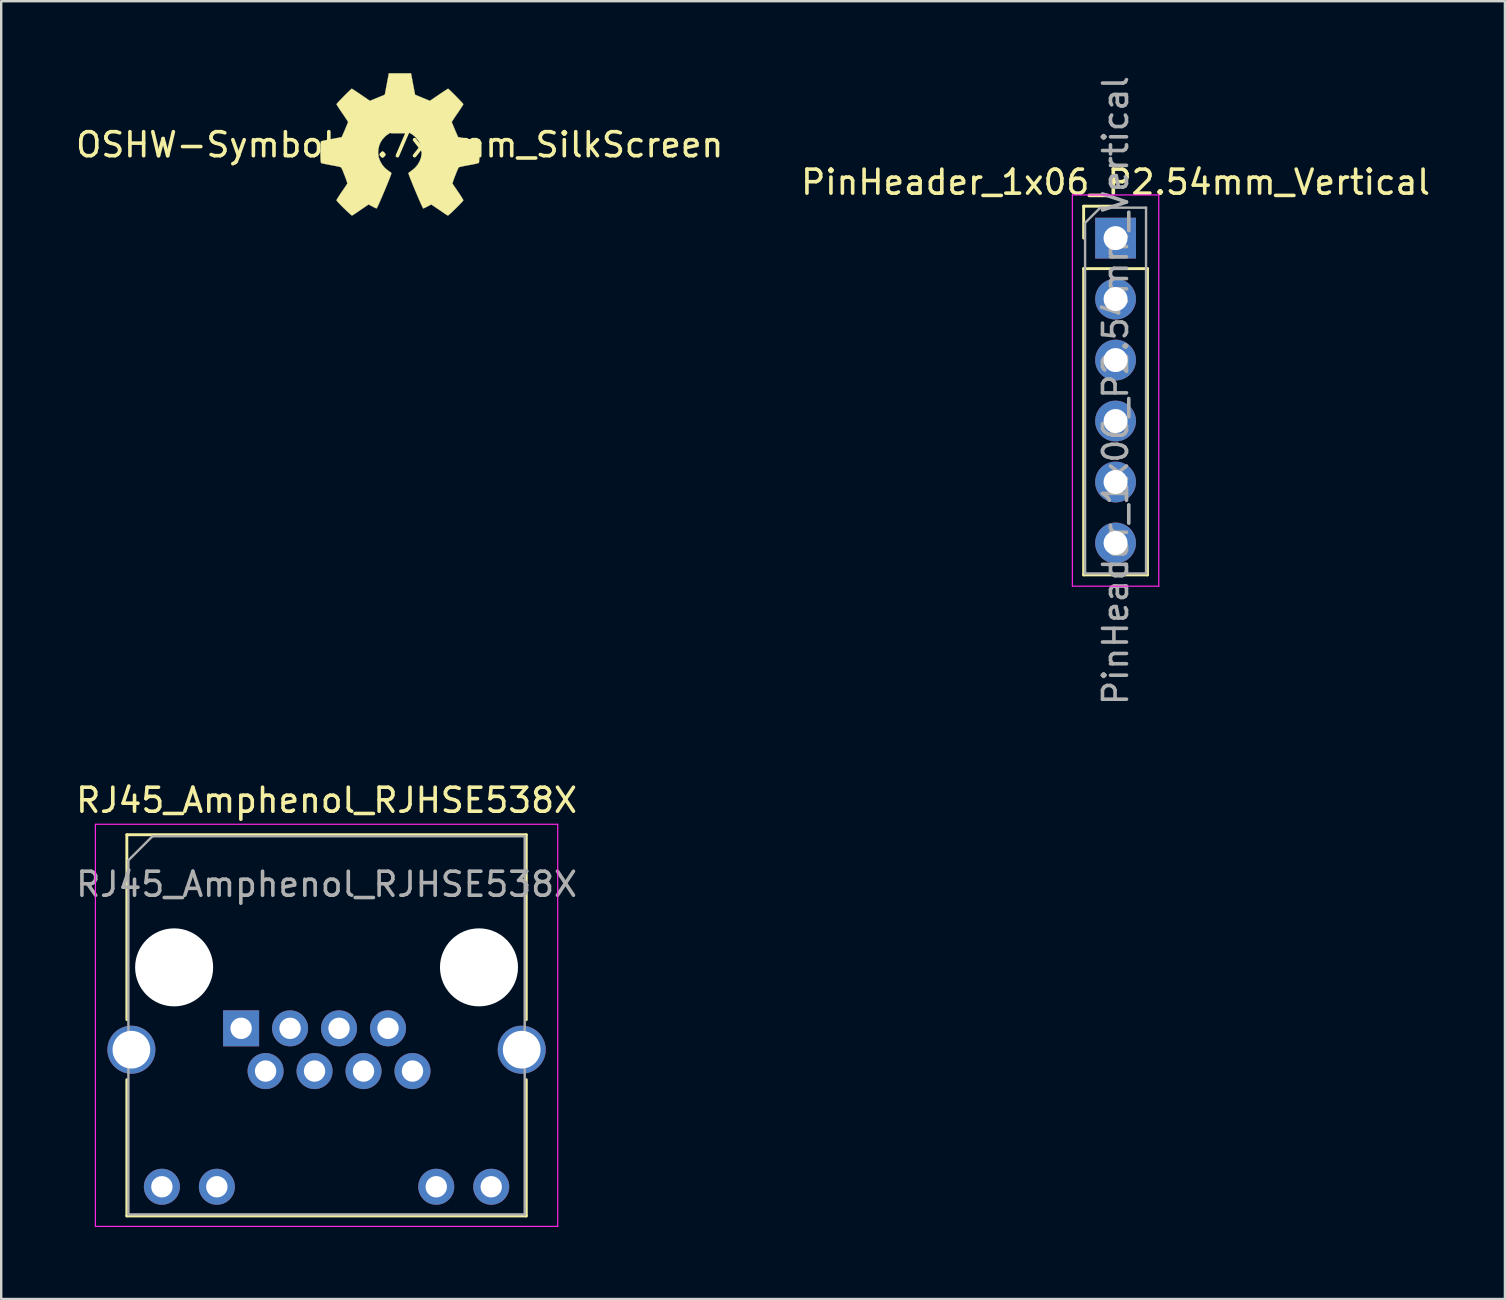
<source format=kicad_pcb>
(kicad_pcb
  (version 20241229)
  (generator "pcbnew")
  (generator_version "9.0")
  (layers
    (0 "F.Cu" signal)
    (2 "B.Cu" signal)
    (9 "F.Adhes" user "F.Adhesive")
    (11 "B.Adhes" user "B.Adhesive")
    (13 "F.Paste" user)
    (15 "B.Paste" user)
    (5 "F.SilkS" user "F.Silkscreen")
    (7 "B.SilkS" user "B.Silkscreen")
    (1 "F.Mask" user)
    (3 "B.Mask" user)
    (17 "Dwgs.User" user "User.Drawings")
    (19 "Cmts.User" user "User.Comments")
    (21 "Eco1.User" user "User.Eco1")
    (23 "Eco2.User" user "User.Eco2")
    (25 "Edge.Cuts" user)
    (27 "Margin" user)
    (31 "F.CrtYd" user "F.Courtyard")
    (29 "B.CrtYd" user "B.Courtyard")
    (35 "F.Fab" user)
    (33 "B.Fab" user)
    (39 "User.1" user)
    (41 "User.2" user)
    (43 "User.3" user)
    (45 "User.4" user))
  (footprint "OSHW-Symbol_6.7x6mm_SilkScreen"
    (layer "F.Cu")
    (at 13.601 2.981)
    (property "Reference" "OSHW-Symbol_6.7x6mm_SilkScreen" (at 0 0 0) (layer "F.SilkS") (effects (font (size 1 1) (thickness 0.15))))
    (attr exclude_from_pos_files exclude_from_bom)
    (fp_poly (pts (xy 0.556 -2.531) (xy 0.64 -2.086) (xy 0.949 -1.959) (xy 1.258 -1.831) (xy 1.629 -2.084) (xy 1.733 -2.154) (xy 1.827 -2.217) (xy 1.907 -2.269) (xy 1.967 -2.308) (xy 2.005 -2.331) (xy 2.015 -2.336) (xy 2.034 -2.323) (xy 2.073 -2.288) (xy 2.13 -2.235) (xy 2.198 -2.168) (xy 2.274 -2.093) (xy 2.353 -2.013) (xy 2.431 -1.932) (xy 2.504 -1.857) (xy 2.567 -1.79) (xy 2.615 -1.737) (xy 2.644 -1.702) (xy 2.651 -1.69) (xy 2.641 -1.669) (xy 2.613 -1.621) (xy 2.569 -1.553) (xy 2.513 -1.468) (xy 2.448 -1.371) (xy 2.41 -1.316) (xy 2.341 -1.215) (xy 2.28 -1.124) (xy 2.23 -1.047) (xy 2.193 -0.989) (xy 2.172 -0.955) (xy 2.169 -0.948) (xy 2.176 -0.927) (xy 2.195 -0.879) (xy 2.223 -0.811) (xy 2.257 -0.729) (xy 2.295 -0.64) (xy 2.333 -0.55) (xy 2.369 -0.467) (xy 2.4 -0.396) (xy 2.423 -0.346) (xy 2.435 -0.322) (xy 2.436 -0.321) (xy 2.455 -0.316) (xy 2.505 -0.306) (xy 2.581 -0.291) (xy 2.678 -0.272) (xy 2.791 -0.251) (xy 2.856 -0.239) (xy 2.977 -0.216) (xy 3.086 -0.194) (xy 3.177 -0.174) (xy 3.246 -0.158) (xy 3.287 -0.147) (xy 3.296 -0.143) (xy 3.304 -0.119) (xy 3.31 -0.064) (xy 3.315 0.015) (xy 3.318 0.112) (xy 3.32 0.22) (xy 3.321 0.333) (xy 3.319 0.445) (xy 3.317 0.549) (xy 3.312 0.638) (xy 3.307 0.707) (xy 3.299 0.748) (xy 3.295 0.757) (xy 3.269 0.767) (xy 3.213 0.782) (xy 3.136 0.799) (xy 3.044 0.818) (xy 3.012 0.824) (xy 2.858 0.852) (xy 2.735 0.875) (xy 2.642 0.893) (xy 2.572 0.908) (xy 2.523 0.919) (xy 2.491 0.929) (xy 2.471 0.938) (xy 2.459 0.947) (xy 2.457 0.948) (xy 2.44 0.976) (xy 2.415 1.031) (xy 2.383 1.105) (xy 2.347 1.192) (xy 2.311 1.286) (xy 2.275 1.379) (xy 2.244 1.466) (xy 2.219 1.539) (xy 2.203 1.592) (xy 2.199 1.618) (xy 2.2 1.619) (xy 2.214 1.64) (xy 2.245 1.687) (xy 2.291 1.755) (xy 2.349 1.838) (xy 2.413 1.933) (xy 2.432 1.96) (xy 2.498 2.057) (xy 2.556 2.146) (xy 2.603 2.221) (xy 2.635 2.278) (xy 2.651 2.311) (xy 2.651 2.315) (xy 2.638 2.336) (xy 2.603 2.377) (xy 2.549 2.435) (xy 2.482 2.505) (xy 2.406 2.582) (xy 2.326 2.662) (xy 2.245 2.74) (xy 2.17 2.811) (xy 2.103 2.872) (xy 2.051 2.918) (xy 2.017 2.944) (xy 2.008 2.948) (xy 1.986 2.938) (xy 1.941 2.911) (xy 1.88 2.872) (xy 1.834 2.84) (xy 1.749 2.782) (xy 1.65 2.714) (xy 1.549 2.646) (xy 1.496 2.609) (xy 1.313 2.486) (xy 1.16 2.569) (xy 1.091 2.605) (xy 1.031 2.633) (xy 0.991 2.649) (xy 0.981 2.651) (xy 0.969 2.635) (xy 0.945 2.588) (xy 0.91 2.516) (xy 0.868 2.422) (xy 0.818 2.31) (xy 0.764 2.186) (xy 0.708 2.053) (xy 0.65 1.916) (xy 0.593 1.779) (xy 0.538 1.646) (xy 0.488 1.522) (xy 0.443 1.411) (xy 0.407 1.317) (xy 0.381 1.244) (xy 0.366 1.197) (xy 0.363 1.181) (xy 0.382 1.16) (xy 0.424 1.127) (xy 0.48 1.088) (xy 0.484 1.085) (xy 0.628 0.969) (xy 0.744 0.835) (xy 0.831 0.686) (xy 0.889 0.526) (xy 0.915 0.36) (xy 0.91 0.192) (xy 0.871 0.026) (xy 0.799 -0.134) (xy 0.778 -0.169) (xy 0.667 -0.309) (xy 0.536 -0.422) (xy 0.39 -0.507) (xy 0.233 -0.563) (xy 0.069 -0.589) (xy -0.097 -0.585) (xy -0.26 -0.551) (xy -0.416 -0.485) (xy -0.56 -0.388) (xy -0.605 -0.348) (xy -0.719 -0.224) (xy -0.802 -0.094) (xy -0.859 0.052) (xy -0.89 0.197) (xy -0.898 0.36) (xy -0.872 0.523) (xy -0.815 0.682) (xy -0.729 0.831) (xy -0.617 0.964) (xy -0.482 1.075) (xy -0.464 1.087) (xy -0.408 1.126) (xy -0.365 1.159) (xy -0.345 1.18) (xy -0.344 1.181) (xy -0.349 1.204) (xy -0.366 1.256) (xy -0.395 1.333) (xy -0.433 1.431) (xy -0.478 1.545) (xy -0.53 1.672) (xy -0.585 1.806) (xy -0.643 1.943) (xy -0.7 2.08) (xy -0.757 2.211) (xy -0.81 2.333) (xy -0.858 2.441) (xy -0.899 2.532) (xy -0.932 2.599) (xy -0.954 2.64) (xy -0.963 2.651) (xy -0.99 2.643) (xy -1.04 2.62) (xy -1.106 2.588) (xy -1.142 2.569) (xy -1.295 2.486) (xy -1.477 2.609) (xy -1.57 2.672) (xy -1.672 2.742) (xy -1.767 2.807) (xy -1.815 2.84) (xy -1.882 2.885) (xy -1.939 2.921) (xy -1.979 2.943) (xy -1.991 2.948) (xy -2.01 2.935) (xy -2.051 2.9) (xy -2.11 2.847) (xy -2.185 2.778) (xy -2.269 2.698) (xy -2.323 2.646) (xy -2.416 2.554) (xy -2.497 2.472) (xy -2.562 2.403) (xy -2.608 2.351) (xy -2.631 2.319) (xy -2.633 2.312) (xy -2.623 2.287) (xy -2.594 2.237) (xy -2.551 2.167) (xy -2.496 2.082) (xy -2.432 1.986) (xy -2.413 1.96) (xy -2.347 1.863) (xy -2.287 1.776) (xy -2.238 1.704) (xy -2.202 1.65) (xy -2.183 1.622) (xy -2.181 1.619) (xy -2.184 1.596) (xy -2.199 1.545) (xy -2.223 1.474) (xy -2.253 1.389) (xy -2.288 1.296) (xy -2.325 1.202) (xy -2.361 1.113) (xy -2.393 1.038) (xy -2.419 0.981) (xy -2.437 0.95) (xy -2.438 0.948) (xy -2.449 0.94) (xy -2.468 0.931) (xy -2.498 0.921) (xy -2.543 0.91) (xy -2.608 0.896) (xy -2.697 0.879) (xy -2.813 0.857) (xy -2.962 0.83) (xy -2.994 0.824) (xy -3.089 0.805) (xy -3.172 0.787) (xy -3.235 0.772) (xy -3.271 0.76) (xy -3.276 0.757) (xy -3.284 0.732) (xy -3.291 0.677) (xy -3.296 0.597) (xy -3.3 0.5) (xy -3.302 0.392) (xy -3.302 0.279) (xy -3.301 0.167) (xy -3.298 0.064) (xy -3.294 -0.026) (xy -3.289 -0.094) (xy -3.281 -0.135) (xy -3.277 -0.143) (xy -3.253 -0.152) (xy -3.197 -0.166) (xy -3.117 -0.183) (xy -3.016 -0.204) (xy -2.901 -0.227) (xy -2.838 -0.239) (xy -2.719 -0.261) (xy -2.613 -0.281) (xy -2.524 -0.298) (xy -2.46 -0.311) (xy -2.423 -0.319) (xy -2.417 -0.321) (xy -2.407 -0.34) (xy -2.386 -0.387) (xy -2.356 -0.455) (xy -2.32 -0.537) (xy -2.282 -0.626) (xy -2.244 -0.716) (xy -2.209 -0.8) (xy -2.18 -0.871) (xy -2.16 -0.922) (xy -2.151 -0.948) (xy -2.151 -0.949) (xy -2.161 -0.968) (xy -2.189 -1.014) (xy -2.233 -1.081) (xy -2.289 -1.165) (xy -2.354 -1.261) (xy -2.392 -1.316) (xy -2.461 -1.418) (xy -2.522 -1.509) (xy -2.573 -1.587) (xy -2.61 -1.647) (xy -2.63 -1.683) (xy -2.633 -1.691) (xy -2.62 -1.709) (xy -2.585 -1.75) (xy -2.533 -1.807) (xy -2.467 -1.876) (xy -2.393 -1.953) (xy -2.314 -2.033) (xy -2.235 -2.113) (xy -2.16 -2.187) (xy -2.095 -2.25) (xy -2.043 -2.299) (xy -2.008 -2.329) (xy -1.996 -2.336) (xy -1.978 -2.326) (xy -1.933 -2.298) (xy -1.866 -2.255) (xy -1.781 -2.199) (xy -1.684 -2.133) (xy -1.611 -2.084) (xy -1.24 -1.831) (xy -0.621 -2.086) (xy -0.537 -2.531) (xy -0.453 -2.976) (xy 0.472 -2.976) (xy 0.556 -2.531)) (stroke (width 0.01) (type solid)) (fill yes) (layer "F.SilkS")))
  (footprint "RJ45_Amphenol_RJHSE538X"
    (layer "F.Cu")
    (at 6.994 39.789)
    (property "Reference" "RJ45_Amphenol_RJHSE538X" (at 3.56 -9.5 0) (layer "F.SilkS") (effects (font (size 1 1) (thickness 0.15))))
    (attr through_hole)
    (fp_line (start -4.76 -8.065) (end -4.76 -0.36) (stroke (width 0.12) (type solid)) (layer "F.SilkS"))
    (fp_line (start -4.76 -8.065) (end 11.88 -8.065) (stroke (width 0.12) (type solid)) (layer "F.SilkS"))
    (fp_line (start -4.76 7.815) (end -4.76 2.14) (stroke (width 0.12) (type solid)) (layer "F.SilkS"))
    (fp_line (start -4.76 7.815) (end 11.88 7.815) (stroke (width 0.12) (type solid)) (layer "F.SilkS"))
    (fp_line (start 11.88 -8.065) (end 11.88 -0.36) (stroke (width 0.12) (type solid)) (layer "F.SilkS"))
    (fp_line (start 11.88 7.815) (end 11.88 2.14) (stroke (width 0.12) (type solid)) (layer "F.SilkS"))
    (fp_line (start -6.07 -8.5) (end -6.07 8.25) (stroke (width 0.05) (type solid)) (layer "F.CrtYd"))
    (fp_line (start -6.07 -8.5) (end 13.19 -8.5) (stroke (width 0.05) (type solid)) (layer "F.CrtYd"))
    (fp_line (start -6.07 8.25) (end 13.19 8.25) (stroke (width 0.05) (type solid)) (layer "F.CrtYd"))
    (fp_line (start 13.19 -8.5) (end 13.19 8.25) (stroke (width 0.05) (type solid)) (layer "F.CrtYd"))
    (fp_line (start -4.695 -7) (end -4.695 7.75) (stroke (width 0.1) (type solid)) (layer "F.Fab"))
    (fp_line (start -4.695 -7) (end -3.695 -8) (stroke (width 0.1) (type solid)) (layer "F.Fab"))
    (fp_line (start -4.695 7.75) (end 11.815 7.75) (stroke (width 0.1) (type solid)) (layer "F.Fab"))
    (fp_line (start -3.695 -8) (end 11.815 -8) (stroke (width 0.1) (type solid)) (layer "F.Fab"))
    (fp_line (start 11.815 -8) (end 11.815 7.75) (stroke (width 0.1) (type solid)) (layer "F.Fab"))
    (fp_text user "${REFERENCE}" (at 3.56 -6 0) (layer "F.Fab") (effects (font (size 1 1) (thickness 0.15))))
    (pad "" np_thru_hole circle (at -2.79 -2.54) (size 3.25 3.25) (drill 3.25) (layers "*.Cu" "*.Mask"))
    (pad "" np_thru_hole circle (at 9.91 -2.54) (size 3.25 3.25) (drill 3.25) (layers "*.Cu" "*.Mask"))
    (pad "1" thru_hole rect (at 0 0) (size 1.5 1.5) (drill 0.89) (layers "*.Cu" "*.Mask"))
    (pad "2" thru_hole circle (at 1.02 1.78) (size 1.5 1.5) (drill 0.89) (layers "*.Cu" "*.Mask"))
    (pad "3" thru_hole circle (at 2.04 0) (size 1.5 1.5) (drill 0.89) (layers "*.Cu" "*.Mask"))
    (pad "4" thru_hole circle (at 3.06 1.78) (size 1.5 1.5) (drill 0.89) (layers "*.Cu" "*.Mask"))
    (pad "5" thru_hole circle (at 4.08 0) (size 1.5 1.5) (drill 0.89) (layers "*.Cu" "*.Mask"))
    (pad "6" thru_hole circle (at 5.1 1.78) (size 1.5 1.5) (drill 0.89) (layers "*.Cu" "*.Mask"))
    (pad "7" thru_hole circle (at 6.12 0) (size 1.5 1.5) (drill 0.89) (layers "*.Cu" "*.Mask"))
    (pad "8" thru_hole circle (at 7.14 1.78) (size 1.5 1.5) (drill 0.89) (layers "*.Cu" "*.Mask"))
    (pad "9" thru_hole circle (at -3.3 6.6) (size 1.5 1.5) (drill 0.89) (layers "*.Cu" "*.Mask"))
    (pad "10" thru_hole circle (at -1.01 6.6) (size 1.5 1.5) (drill 0.89) (layers "*.Cu" "*.Mask"))
    (pad "11" thru_hole circle (at 8.13 6.6) (size 1.5 1.5) (drill 0.89) (layers "*.Cu" "*.Mask"))
    (pad "12" thru_hole circle (at 10.42 6.6) (size 1.5 1.5) (drill 0.89) (layers "*.Cu" "*.Mask"))
    (pad "SH" thru_hole circle (at -4.57 0.89) (size 2 2) (drill 1.57) (layers "*.Cu" "*.Mask"))
    (pad "SH" thru_hole circle (at 11.69 0.89) (size 2 2) (drill 1.57) (layers "*.Cu" "*.Mask")))
  (footprint "PinHeader_1x06_P2.54mm_Vertical"
    (layer "F.Cu")
    (at 43.423 6.87)
    (property "Reference" "PinHeader_1x06_P2.54mm_Vertical" (at 0 -2.33 0) (layer "F.SilkS") (effects (font (size 1 1) (thickness 0.15))))
    (attr through_hole)
    (fp_line (start -1.33 -1.33) (end 0 -1.33) (stroke (width 0.12) (type solid)) (layer "F.SilkS"))
    (fp_line (start -1.33 0) (end -1.33 -1.33) (stroke (width 0.12) (type solid)) (layer "F.SilkS"))
    (fp_line (start -1.33 1.27) (end -1.33 14.03) (stroke (width 0.12) (type solid)) (layer "F.SilkS"))
    (fp_line (start -1.33 1.27) (end 1.33 1.27) (stroke (width 0.12) (type solid)) (layer "F.SilkS"))
    (fp_line (start -1.33 14.03) (end 1.33 14.03) (stroke (width 0.12) (type solid)) (layer "F.SilkS"))
    (fp_line (start 1.33 1.27) (end 1.33 14.03) (stroke (width 0.12) (type solid)) (layer "F.SilkS"))
    (fp_line (start -1.8 -1.8) (end -1.8 14.5) (stroke (width 0.05) (type solid)) (layer "F.CrtYd"))
    (fp_line (start -1.8 14.5) (end 1.8 14.5) (stroke (width 0.05) (type solid)) (layer "F.CrtYd"))
    (fp_line (start 1.8 -1.8) (end -1.8 -1.8) (stroke (width 0.05) (type solid)) (layer "F.CrtYd"))
    (fp_line (start 1.8 14.5) (end 1.8 -1.8) (stroke (width 0.05) (type solid)) (layer "F.CrtYd"))
    (fp_line (start -1.27 -0.635) (end -0.635 -1.27) (stroke (width 0.1) (type solid)) (layer "F.Fab"))
    (fp_line (start -1.27 13.97) (end -1.27 -0.635) (stroke (width 0.1) (type solid)) (layer "F.Fab"))
    (fp_line (start -0.635 -1.27) (end 1.27 -1.27) (stroke (width 0.1) (type solid)) (layer "F.Fab"))
    (fp_line (start 1.27 -1.27) (end 1.27 13.97) (stroke (width 0.1) (type solid)) (layer "F.Fab"))
    (fp_line (start 1.27 13.97) (end -1.27 13.97) (stroke (width 0.1) (type solid)) (layer "F.Fab"))
    (fp_text user "${REFERENCE}" (at 0 6.35 90) (layer "F.Fab") (effects (font (size 1 1) (thickness 0.15))))
    (pad "1" thru_hole rect (at 0 0) (size 1.7 1.7) (drill 1) (layers "*.Cu" "*.Mask"))
    (pad "2" thru_hole oval (at 0 2.54) (size 1.7 1.7) (drill 1) (layers "*.Cu" "*.Mask"))
    (pad "3" thru_hole oval (at 0 5.08) (size 1.7 1.7) (drill 1) (layers "*.Cu" "*.Mask"))
    (pad "4" thru_hole oval (at 0 7.62) (size 1.7 1.7) (drill 1) (layers "*.Cu" "*.Mask"))
    (pad "5" thru_hole oval (at 0 10.16) (size 1.7 1.7) (drill 1) (layers "*.Cu" "*.Mask"))
    (pad "6" thru_hole oval (at 0 12.7) (size 1.7 1.7) (drill 1) (layers "*.Cu" "*.Mask")))
  (gr_rect
    (start -3 -3)
    (end 59.643 51.064)
    (stroke (width 0.1) (type default))
    (fill no)
    (layer "Edge.Cuts")))
</source>
